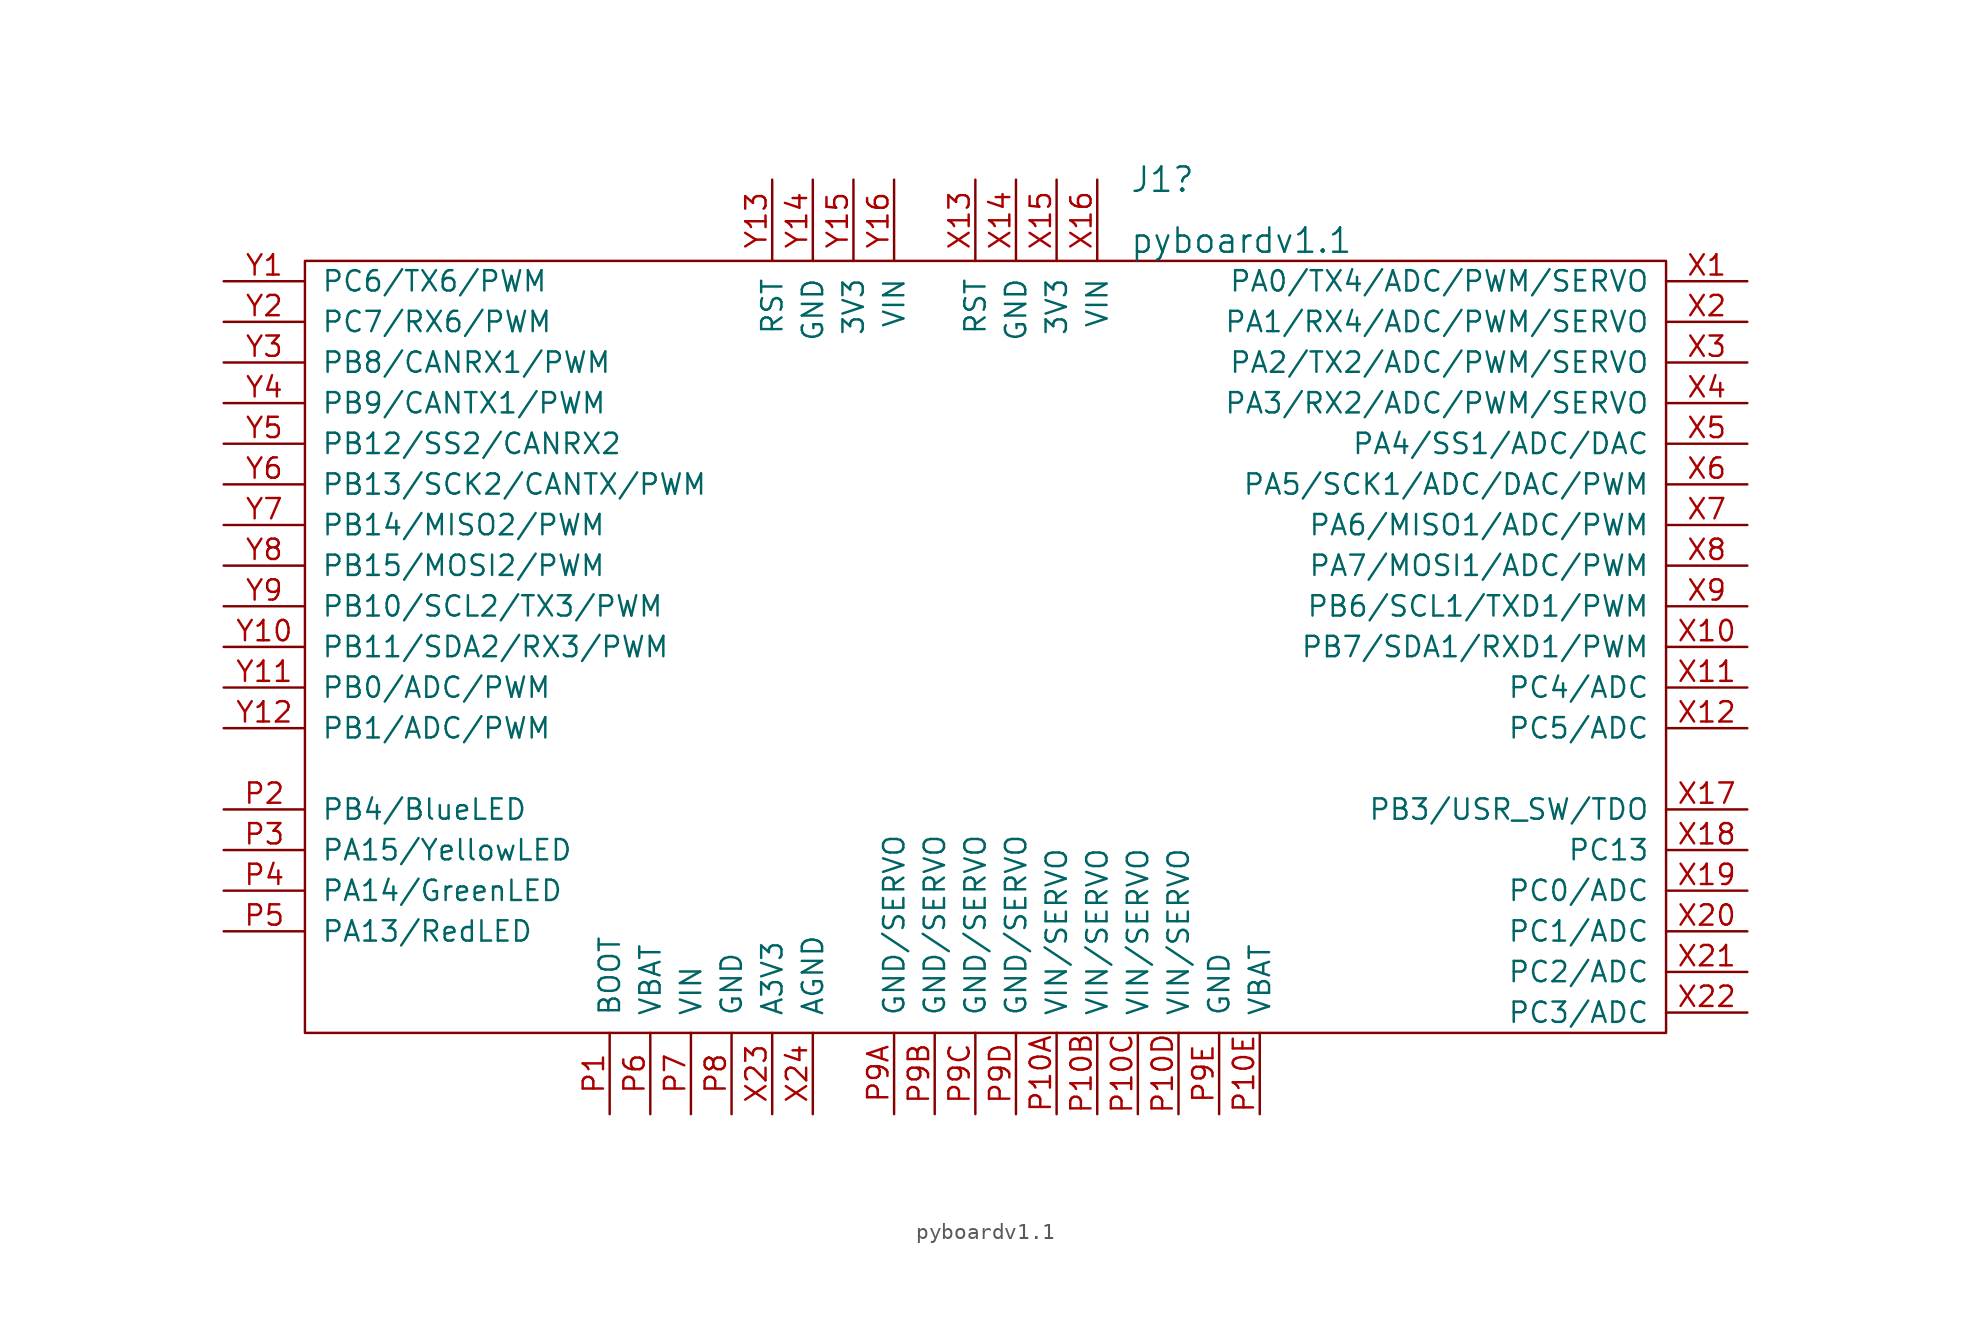
<source format=kicad_sym>
(kicad_symbol_lib
  (version 20211014)
  (generator kicad_symbol_editor)
  (symbol "pyboardv1.1"
    (pin_names
      (offset 1.016))
    (property "Reference" "J1"
      (at 43.929 7.62 0)
      (effects (font (size 1.524 1.524)) (justify left)))
    (property "Value" "pyboardv1.1"
      (at 43.929 3.81 0)
      (effects (font (size 1.524 1.524)) (justify left)))
    (symbol "pyboardv1.1_0_1"
      (rectangle (start -7.62 2.54) (end 77.47 -45.72) (stroke (width 0) (type default) (color 0 0 0 0)) (fill (type none))))
    (symbol "pyboardv1.1_1_1"
      (pin input line (at 11.43 -50.8 90) (length 5.08) (name "BOOT" (effects (font (size 1.27 1.27)))) (number "P1" (effects (font (size 1.27 1.27)))))
      (pin input line (at 39.37 -50.8 90) (length 5.08) (name "VIN/SERVO" (effects (font (size 1.27 1.27)))) (number "P10A" (effects (font (size 1.27 1.27)))))
      (pin input line (at 41.91 -50.8 90) (length 5.08) (name "VIN/SERVO" (effects (font (size 1.27 1.27)))) (number "P10B" (effects (font (size 1.27 1.27)))))
      (pin input line (at 44.45 -50.8 90) (length 5.08) (name "VIN/SERVO" (effects (font (size 1.27 1.27)))) (number "P10C" (effects (font (size 1.27 1.27)))))
      (pin input line (at 46.99 -50.8 90) (length 5.08) (name "VIN/SERVO" (effects (font (size 1.27 1.27)))) (number "P10D" (effects (font (size 1.27 1.27)))))
      (pin input line (at 52.07 -50.8 90) (length 5.08) (name "VBAT" (effects (font (size 1.27 1.27)))) (number "P10E" (effects (font (size 1.27 1.27)))))
      (pin input line (at -12.7 -31.75 0) (length 5.08) (name "PB4/BlueLED" (effects (font (size 1.27 1.27)))) (number "P2" (effects (font (size 1.27 1.27)))))
      (pin input line (at -12.7 -34.29 0) (length 5.08) (name "PA15/YellowLED" (effects (font (size 1.27 1.27)))) (number "P3" (effects (font (size 1.27 1.27)))))
      (pin input line (at -12.7 -36.83 0) (length 5.08) (name "PA14/GreenLED" (effects (font (size 1.27 1.27)))) (number "P4" (effects (font (size 1.27 1.27)))))
      (pin input line (at -12.7 -39.37 0) (length 5.08) (name "PA13/RedLED" (effects (font (size 1.27 1.27)))) (number "P5" (effects (font (size 1.27 1.27)))))
      (pin input line (at 13.97 -50.8 90) (length 5.08) (name "VBAT" (effects (font (size 1.27 1.27)))) (number "P6" (effects (font (size 1.27 1.27)))))
      (pin input line (at 16.51 -50.8 90) (length 5.08) (name "VIN" (effects (font (size 1.27 1.27)))) (number "P7" (effects (font (size 1.27 1.27)))))
      (pin input line (at 19.05 -50.8 90) (length 5.08) (name "GND" (effects (font (size 1.27 1.27)))) (number "P8" (effects (font (size 1.27 1.27)))))
      (pin input line (at 29.21 -50.8 90) (length 5.08) (name "GND/SERVO" (effects (font (size 1.27 1.27)))) (number "P9A" (effects (font (size 1.27 1.27)))))
      (pin input line (at 31.75 -50.8 90) (length 5.08) (name "GND/SERVO" (effects (font (size 1.27 1.27)))) (number "P9B" (effects (font (size 1.27 1.27)))))
      (pin input line (at 34.29 -50.8 90) (length 5.08) (name "GND/SERVO" (effects (font (size 1.27 1.27)))) (number "P9C" (effects (font (size 1.27 1.27)))))
      (pin input line (at 36.83 -50.8 90) (length 5.08) (name "GND/SERVO" (effects (font (size 1.27 1.27)))) (number "P9D" (effects (font (size 1.27 1.27)))))
      (pin input line (at 49.53 -50.8 90) (length 5.08) (name "GND" (effects (font (size 1.27 1.27)))) (number "P9E" (effects (font (size 1.27 1.27)))))
      (pin input line (at 82.55 1.27 180) (length 5.08) (name "PA0/TX4/ADC/PWM/SERVO" (effects (font (size 1.27 1.27)))) (number "X1" (effects (font (size 1.27 1.27)))))
      (pin input line (at 82.55 -21.59 180) (length 5.08) (name "PB7/SDA1/RXD1/PWM" (effects (font (size 1.27 1.27)))) (number "X10" (effects (font (size 1.27 1.27)))))
      (pin input line (at 82.55 -24.13 180) (length 5.08) (name "PC4/ADC" (effects (font (size 1.27 1.27)))) (number "X11" (effects (font (size 1.27 1.27)))))
      (pin input line (at 82.55 -26.67 180) (length 5.08) (name "PC5/ADC" (effects (font (size 1.27 1.27)))) (number "X12" (effects (font (size 1.27 1.27)))))
      (pin input line (at 34.29 7.62 270) (length 5.08) (name "RST" (effects (font (size 1.27 1.27)))) (number "X13" (effects (font (size 1.27 1.27)))))
      (pin input line (at 36.83 7.62 270) (length 5.08) (name "GND" (effects (font (size 1.27 1.27)))) (number "X14" (effects (font (size 1.27 1.27)))))
      (pin input line (at 39.37 7.62 270) (length 5.08) (name "3V3" (effects (font (size 1.27 1.27)))) (number "X15" (effects (font (size 1.27 1.27)))))
      (pin input line (at 41.91 7.62 270) (length 5.08) (name "VIN" (effects (font (size 1.27 1.27)))) (number "X16" (effects (font (size 1.27 1.27)))))
      (pin input line (at 82.55 -31.75 180) (length 5.08) (name "PB3/USR_SW/TDO" (effects (font (size 1.27 1.27)))) (number "X17" (effects (font (size 1.27 1.27)))))
      (pin input line (at 82.55 -34.29 180) (length 5.08) (name "PC13" (effects (font (size 1.27 1.27)))) (number "X18" (effects (font (size 1.27 1.27)))))
      (pin input line (at 82.55 -36.83 180) (length 5.08) (name "PC0/ADC" (effects (font (size 1.27 1.27)))) (number "X19" (effects (font (size 1.27 1.27)))))
      (pin input line (at 82.55 -1.27 180) (length 5.08) (name "PA1/RX4/ADC/PWM/SERVO" (effects (font (size 1.27 1.27)))) (number "X2" (effects (font (size 1.27 1.27)))))
      (pin input line (at 82.55 -39.37 180) (length 5.08) (name "PC1/ADC" (effects (font (size 1.27 1.27)))) (number "X20" (effects (font (size 1.27 1.27)))))
      (pin input line (at 82.55 -41.91 180) (length 5.08) (name "PC2/ADC" (effects (font (size 1.27 1.27)))) (number "X21" (effects (font (size 1.27 1.27)))))
      (pin input line (at 82.55 -44.45 180) (length 5.08) (name "PC3/ADC" (effects (font (size 1.27 1.27)))) (number "X22" (effects (font (size 1.27 1.27)))))
      (pin input line (at 21.59 -50.8 90) (length 5.08) (name "A3V3" (effects (font (size 1.27 1.27)))) (number "X23" (effects (font (size 1.27 1.27)))))
      (pin input line (at 24.13 -50.8 90) (length 5.08) (name "AGND" (effects (font (size 1.27 1.27)))) (number "X24" (effects (font (size 1.27 1.27)))))
      (pin input line (at 82.55 -3.81 180) (length 5.08) (name "PA2/TX2/ADC/PWM/SERVO" (effects (font (size 1.27 1.27)))) (number "X3" (effects (font (size 1.27 1.27)))))
      (pin input line (at 82.55 -6.35 180) (length 5.08) (name "PA3/RX2/ADC/PWM/SERVO" (effects (font (size 1.27 1.27)))) (number "X4" (effects (font (size 1.27 1.27)))))
      (pin input line (at 82.55 -8.89 180) (length 5.08) (name "PA4/SS1/ADC/DAC" (effects (font (size 1.27 1.27)))) (number "X5" (effects (font (size 1.27 1.27)))))
      (pin input line (at 82.55 -11.43 180) (length 5.08) (name "PA5/SCK1/ADC/DAC/PWM" (effects (font (size 1.27 1.27)))) (number "X6" (effects (font (size 1.27 1.27)))))
      (pin input line (at 82.55 -13.97 180) (length 5.08) (name "PA6/MISO1/ADC/PWM" (effects (font (size 1.27 1.27)))) (number "X7" (effects (font (size 1.27 1.27)))))
      (pin input line (at 82.55 -16.51 180) (length 5.08) (name "PA7/MOSI1/ADC/PWM" (effects (font (size 1.27 1.27)))) (number "X8" (effects (font (size 1.27 1.27)))))
      (pin input line (at 82.55 -19.05 180) (length 5.08) (name "PB6/SCL1/TXD1/PWM" (effects (font (size 1.27 1.27)))) (number "X9" (effects (font (size 1.27 1.27)))))
      (pin input line (at -12.7 1.27 0) (length 5.08) (name "PC6/TX6/PWM" (effects (font (size 1.27 1.27)))) (number "Y1" (effects (font (size 1.27 1.27)))))
      (pin input line (at -12.7 -21.59 0) (length 5.08) (name "PB11/SDA2/RX3/PWM" (effects (font (size 1.27 1.27)))) (number "Y10" (effects (font (size 1.27 1.27)))))
      (pin input line (at -12.7 -24.13 0) (length 5.08) (name "PB0/ADC/PWM" (effects (font (size 1.27 1.27)))) (number "Y11" (effects (font (size 1.27 1.27)))))
      (pin input line (at -12.7 -26.67 0) (length 5.08) (name "PB1/ADC/PWM" (effects (font (size 1.27 1.27)))) (number "Y12" (effects (font (size 1.27 1.27)))))
      (pin input line (at 21.59 7.62 270) (length 5.08) (name "RST" (effects (font (size 1.27 1.27)))) (number "Y13" (effects (font (size 1.27 1.27)))))
      (pin input line (at 24.13 7.62 270) (length 5.08) (name "GND" (effects (font (size 1.27 1.27)))) (number "Y14" (effects (font (size 1.27 1.27)))))
      (pin input line (at 26.67 7.62 270) (length 5.08) (name "3V3" (effects (font (size 1.27 1.27)))) (number "Y15" (effects (font (size 1.27 1.27)))))
      (pin input line (at 29.21 7.62 270) (length 5.08) (name "VIN" (effects (font (size 1.27 1.27)))) (number "Y16" (effects (font (size 1.27 1.27)))))
      (pin input line (at -12.7 -1.27 0) (length 5.08) (name "PC7/RX6/PWM" (effects (font (size 1.27 1.27)))) (number "Y2" (effects (font (size 1.27 1.27)))))
      (pin input line (at -12.7 -3.81 0) (length 5.08) (name "PB8/CANRX1/PWM" (effects (font (size 1.27 1.27)))) (number "Y3" (effects (font (size 1.27 1.27)))))
      (pin input line (at -12.7 -6.35 0) (length 5.08) (name "PB9/CANTX1/PWM" (effects (font (size 1.27 1.27)))) (number "Y4" (effects (font (size 1.27 1.27)))))
      (pin input line (at -12.7 -8.89 0) (length 5.08) (name "PB12/SS2/CANRX2" (effects (font (size 1.27 1.27)))) (number "Y5" (effects (font (size 1.27 1.27)))))
      (pin input line (at -12.7 -11.43 0) (length 5.08) (name "PB13/SCK2/CANTX/PWM" (effects (font (size 1.27 1.27)))) (number "Y6" (effects (font (size 1.27 1.27)))))
      (pin input line (at -12.7 -13.97 0) (length 5.08) (name "PB14/MISO2/PWM" (effects (font (size 1.27 1.27)))) (number "Y7" (effects (font (size 1.27 1.27)))))
      (pin input line (at -12.7 -16.51 0) (length 5.08) (name "PB15/MOSI2/PWM" (effects (font (size 1.27 1.27)))) (number "Y8" (effects (font (size 1.27 1.27)))))
      (pin input line (at -12.7 -19.05 0) (length 5.08) (name "PB10/SCL2/TX3/PWM" (effects (font (size 1.27 1.27)))) (number "Y9" (effects (font (size 1.27 1.27))))))))
</source>
